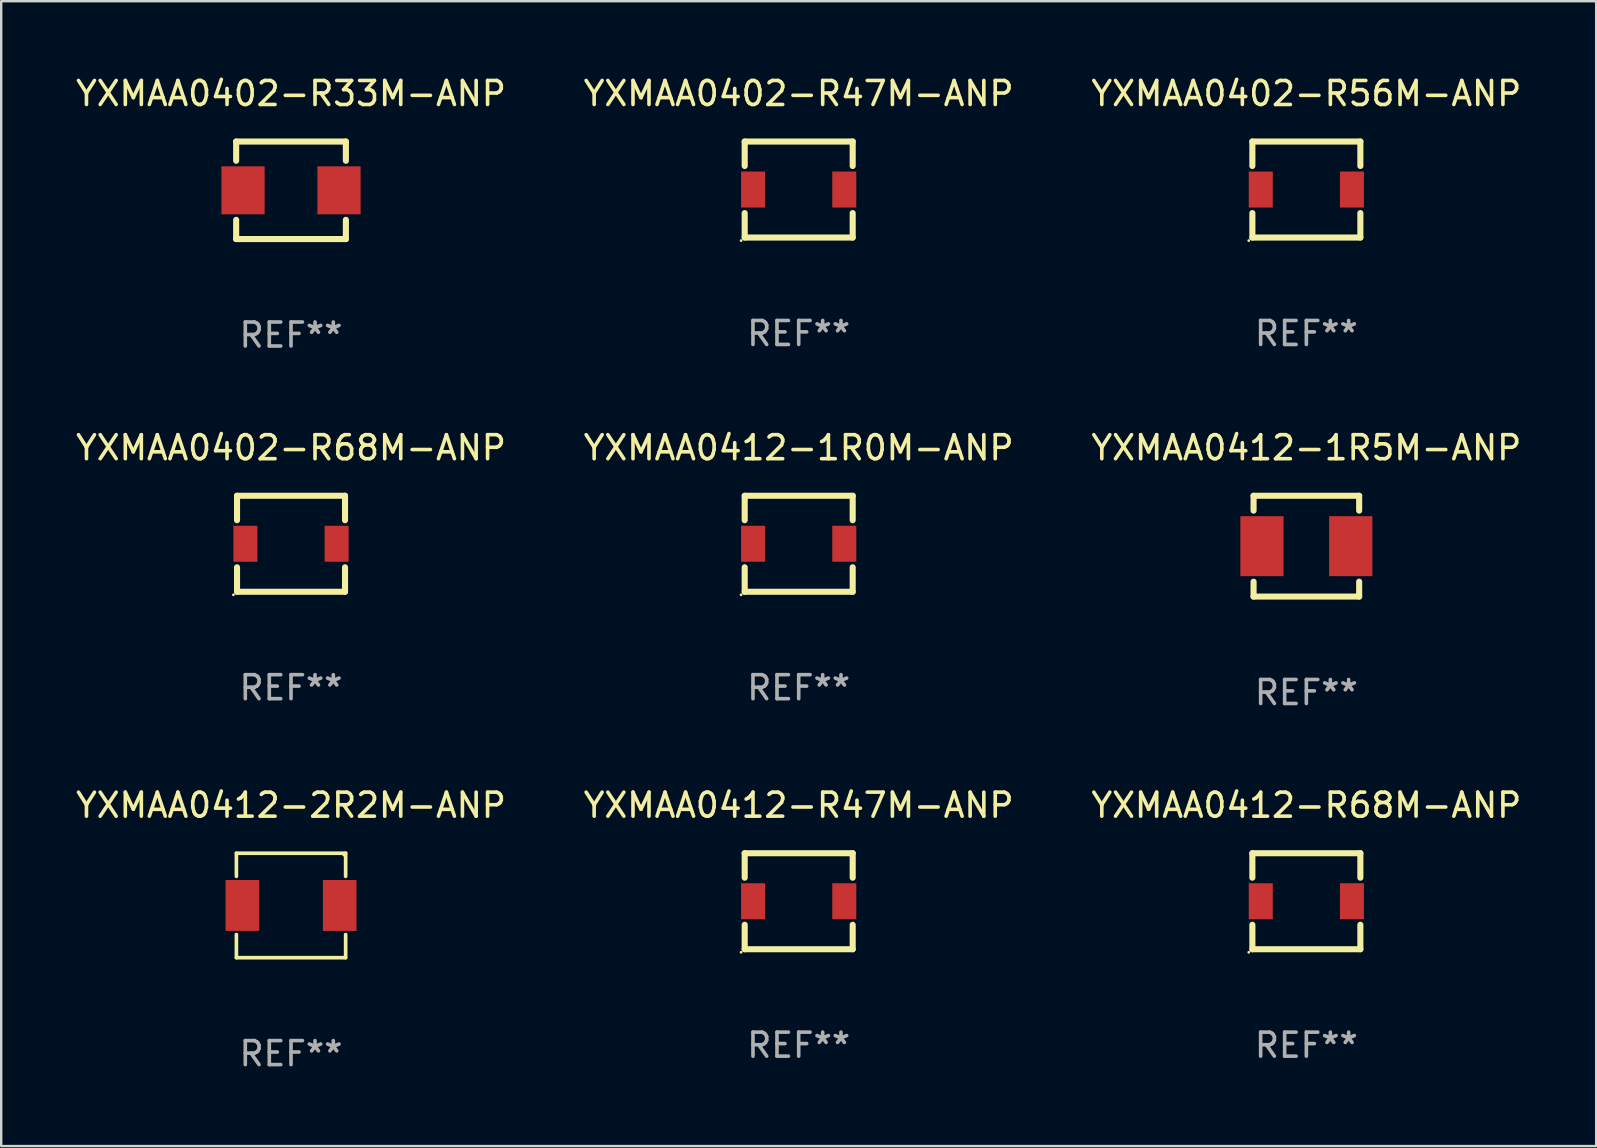
<source format=kicad_pcb>
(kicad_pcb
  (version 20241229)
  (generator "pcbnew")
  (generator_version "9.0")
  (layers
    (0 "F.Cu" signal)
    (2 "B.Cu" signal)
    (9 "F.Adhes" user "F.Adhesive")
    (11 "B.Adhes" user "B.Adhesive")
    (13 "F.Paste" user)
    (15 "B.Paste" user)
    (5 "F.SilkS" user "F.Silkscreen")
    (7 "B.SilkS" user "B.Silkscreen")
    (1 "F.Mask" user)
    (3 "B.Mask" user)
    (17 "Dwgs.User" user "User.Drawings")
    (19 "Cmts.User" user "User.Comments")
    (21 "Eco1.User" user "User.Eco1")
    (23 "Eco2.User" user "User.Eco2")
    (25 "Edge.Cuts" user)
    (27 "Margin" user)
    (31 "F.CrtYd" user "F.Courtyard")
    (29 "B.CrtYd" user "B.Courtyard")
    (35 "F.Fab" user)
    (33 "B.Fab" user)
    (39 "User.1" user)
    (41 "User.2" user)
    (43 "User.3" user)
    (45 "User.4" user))
  (footprint "YXMAA0412-1R0M-ANP"
    (layer "F.Cu")
    (at 30.232 19.609)
    (property "Reference" "YXMAA0412-1R0M-ANP" (at 0 -4 0) (layer "F.SilkS") (effects (font (size 1 1) (thickness 0.15))))
    (attr through_hole)
    (fp_line (start -2.25 -2) (end 2.25 -2) (stroke (width 0.254) (type solid)) (layer "F.SilkS"))
    (fp_line (start -2.25 -0.981) (end -2.25 -2) (stroke (width 0.254) (type solid)) (layer "F.SilkS"))
    (fp_line (start -2.25 2) (end -2.25 0.981) (stroke (width 0.254) (type solid)) (layer "F.SilkS"))
    (fp_line (start 2.25 -2) (end 2.25 -0.981) (stroke (width 0.254) (type solid)) (layer "F.SilkS"))
    (fp_line (start 2.25 0.981) (end 2.25 2) (stroke (width 0.254) (type solid)) (layer "F.SilkS"))
    (fp_line (start 2.25 2) (end -2.25 2) (stroke (width 0.254) (type solid)) (layer "F.SilkS"))
    (fp_circle (center -2.4 2.127) (end -2.37 2.127) (stroke (width 0.06) (type solid)) (fill no) (layer "F.SilkS"))
    (fp_text user "REF**" (at 0 6 0) (layer "F.Fab") (effects (font (size 1 1) (thickness 0.15))))
    (pad "1" smd rect (at -1.9 0) (size 1 1.5) (layers "F.Cu" "F.Mask" "F.Paste"))
    (pad "2" smd rect (at 1.9 0) (size 1 1.5) (layers "F.Cu" "F.Mask" "F.Paste")))
  (footprint "YXMAA0412-R47M-ANP"
    (layer "F.Cu")
    (at 30.232 34.505)
    (property "Reference" "YXMAA0412-R47M-ANP" (at 0 -4 0) (layer "F.SilkS") (effects (font (size 1 1) (thickness 0.15))))
    (attr through_hole)
    (fp_line (start -2.25 -2) (end 2.25 -2) (stroke (width 0.254) (type solid)) (layer "F.SilkS"))
    (fp_line (start -2.25 -0.981) (end -2.25 -2) (stroke (width 0.254) (type solid)) (layer "F.SilkS"))
    (fp_line (start -2.25 2) (end -2.25 0.981) (stroke (width 0.254) (type solid)) (layer "F.SilkS"))
    (fp_line (start 2.25 -2) (end 2.25 -0.981) (stroke (width 0.254) (type solid)) (layer "F.SilkS"))
    (fp_line (start 2.25 0.981) (end 2.25 2) (stroke (width 0.254) (type solid)) (layer "F.SilkS"))
    (fp_line (start 2.25 2) (end -2.25 2) (stroke (width 0.254) (type solid)) (layer "F.SilkS"))
    (fp_circle (center -2.4 2.127) (end -2.37 2.127) (stroke (width 0.06) (type solid)) (fill no) (layer "F.SilkS"))
    (fp_text user "REF**" (at 0 6 0) (layer "F.Fab") (effects (font (size 1 1) (thickness 0.15))))
    (pad "1" smd rect (at -1.9 0) (size 1 1.5) (layers "F.Cu" "F.Mask" "F.Paste"))
    (pad "2" smd rect (at 1.9 0) (size 1 1.5) (layers "F.Cu" "F.Mask" "F.Paste")))
  (footprint "YXMAA0402-R47M-ANP"
    (layer "F.Cu")
    (at 30.232 4.848)
    (property "Reference" "YXMAA0402-R47M-ANP" (at 0 -4 0) (layer "F.SilkS") (effects (font (size 1 1) (thickness 0.15))))
    (attr through_hole)
    (fp_line (start -2.25 -2) (end 2.25 -2) (stroke (width 0.254) (type solid)) (layer "F.SilkS"))
    (fp_line (start -2.25 -0.981) (end -2.25 -2) (stroke (width 0.254) (type solid)) (layer "F.SilkS"))
    (fp_line (start -2.25 2) (end -2.25 0.981) (stroke (width 0.254) (type solid)) (layer "F.SilkS"))
    (fp_line (start 2.25 -2) (end 2.25 -0.981) (stroke (width 0.254) (type solid)) (layer "F.SilkS"))
    (fp_line (start 2.25 0.981) (end 2.25 2) (stroke (width 0.254) (type solid)) (layer "F.SilkS"))
    (fp_line (start 2.25 2) (end -2.25 2) (stroke (width 0.254) (type solid)) (layer "F.SilkS"))
    (fp_circle (center -2.4 2.127) (end -2.37 2.127) (stroke (width 0.06) (type solid)) (fill no) (layer "F.SilkS"))
    (fp_text user "REF**" (at 0 6 0) (layer "F.Fab") (effects (font (size 1 1) (thickness 0.15))))
    (pad "1" smd rect (at -1.9 0) (size 1 1.5) (layers "F.Cu" "F.Mask" "F.Paste"))
    (pad "2" smd rect (at 1.9 0) (size 1 1.5) (layers "F.Cu" "F.Mask" "F.Paste")))
  (footprint "YXMAA0402-R68M-ANP"
    (layer "F.Cu")
    (at 9.077 19.609)
    (property "Reference" "YXMAA0402-R68M-ANP" (at 0 -4 0) (layer "F.SilkS") (effects (font (size 1 1) (thickness 0.15))))
    (attr through_hole)
    (fp_line (start -2.25 -2) (end 2.25 -2) (stroke (width 0.254) (type solid)) (layer "F.SilkS"))
    (fp_line (start -2.25 -0.981) (end -2.25 -2) (stroke (width 0.254) (type solid)) (layer "F.SilkS"))
    (fp_line (start -2.25 2) (end -2.25 0.981) (stroke (width 0.254) (type solid)) (layer "F.SilkS"))
    (fp_line (start 2.25 -2) (end 2.25 -0.981) (stroke (width 0.254) (type solid)) (layer "F.SilkS"))
    (fp_line (start 2.25 0.981) (end 2.25 2) (stroke (width 0.254) (type solid)) (layer "F.SilkS"))
    (fp_line (start 2.25 2) (end -2.25 2) (stroke (width 0.254) (type solid)) (layer "F.SilkS"))
    (fp_circle (center -2.4 2.127) (end -2.37 2.127) (stroke (width 0.06) (type solid)) (fill no) (layer "F.SilkS"))
    (fp_text user "REF**" (at 0 6 0) (layer "F.Fab") (effects (font (size 1 1) (thickness 0.15))))
    (pad "1" smd rect (at -1.9 0) (size 1 1.5) (layers "F.Cu" "F.Mask" "F.Paste"))
    (pad "2" smd rect (at 1.9 0) (size 1 1.5) (layers "F.Cu" "F.Mask" "F.Paste")))
  (footprint "YXMAA0412-1R5M-ANP"
    (layer "F.Cu")
    (at 51.387 19.709)
    (property "Reference" "YXMAA0412-1R5M-ANP" (at 0 -4.1 0) (layer "F.SilkS") (effects (font (size 1 1) (thickness 0.15))))
    (attr through_hole)
    (fp_line (start -2.2 -2.1) (end -2.2 -1.481) (stroke (width 0.254) (type solid)) (layer "F.SilkS"))
    (fp_line (start -2.2 -2.1) (end 2.2 -2.1) (stroke (width 0.254) (type solid)) (layer "F.SilkS"))
    (fp_line (start -2.2 1.481) (end -2.2 2.1) (stroke (width 0.254) (type solid)) (layer "F.SilkS"))
    (fp_line (start 2.2 -1.481) (end 2.2 -2.1) (stroke (width 0.254) (type solid)) (layer "F.SilkS"))
    (fp_line (start 2.2 2.1) (end -2.2 2.1) (stroke (width 0.254) (type solid)) (layer "F.SilkS"))
    (fp_line (start 2.2 2.1) (end 2.2 1.481) (stroke (width 0.254) (type solid)) (layer "F.SilkS"))
    (fp_circle (center -2.2 2.1) (end -2.17 2.1) (stroke (width 0.06) (type solid)) (fill no) (layer "F.SilkS"))
    (fp_text user "REF**" (at 0 6.1 0) (layer "F.Fab") (effects (font (size 1 1) (thickness 0.15))))
    (pad "1" smd rect (at -1.85 0) (size 1.8 2.5) (layers "F.Cu" "F.Mask" "F.Paste"))
    (pad "2" smd rect (at 1.85 0) (size 1.8 2.5) (layers "F.Cu" "F.Mask" "F.Paste")))
  (footprint "YXMAA0412-2R2M-ANP"
    (layer "F.Cu")
    (at 9.077 34.681)
    (property "Reference" "YXMAA0412-2R2M-ANP" (at 0 -4.176 0) (layer "F.SilkS") (effects (font (size 1 1) (thickness 0.15))))
    (attr through_hole)
    (fp_line (start -2.276 -2.176) (end 2.276 -2.176) (stroke (width 0.152) (type solid)) (layer "F.SilkS"))
    (fp_line (start -2.276 -1.212) (end -2.276 -2.176) (stroke (width 0.152) (type solid)) (layer "F.SilkS"))
    (fp_line (start -2.276 1.212) (end -2.276 2.176) (stroke (width 0.152) (type solid)) (layer "F.SilkS"))
    (fp_line (start -2.276 2.176) (end 2.276 2.176) (stroke (width 0.152) (type solid)) (layer "F.SilkS"))
    (fp_line (start 2.276 -2.176) (end 2.276 -1.212) (stroke (width 0.152) (type solid)) (layer "F.SilkS"))
    (fp_line (start 2.276 2.176) (end 2.276 1.212) (stroke (width 0.152) (type solid)) (layer "F.SilkS"))
    (fp_circle (center 2.2 -2.1) (end 2.23 -2.1) (stroke (width 0.06) (type solid)) (fill no) (layer "F.SilkS"))
    (fp_text user "REF**" (at 0 6.176 0) (layer "F.Fab") (effects (font (size 1 1) (thickness 0.15))))
    (pad "1" smd rect (at 2.028 0) (size 1.4 2.12) (layers "F.Cu" "F.Mask" "F.Paste"))
    (pad "2" smd rect (at -2.028 0) (size 1.4 2.12) (layers "F.Cu" "F.Mask" "F.Paste")))
  (footprint "YXMAA0412-R68M-ANP"
    (layer "F.Cu")
    (at 51.387 34.505)
    (property "Reference" "YXMAA0412-R68M-ANP" (at 0 -4 0) (layer "F.SilkS") (effects (font (size 1 1) (thickness 0.15))))
    (attr through_hole)
    (fp_line (start -2.25 -2) (end 2.25 -2) (stroke (width 0.254) (type solid)) (layer "F.SilkS"))
    (fp_line (start -2.25 -0.981) (end -2.25 -2) (stroke (width 0.254) (type solid)) (layer "F.SilkS"))
    (fp_line (start -2.25 2) (end -2.25 0.981) (stroke (width 0.254) (type solid)) (layer "F.SilkS"))
    (fp_line (start 2.25 -2) (end 2.25 -0.981) (stroke (width 0.254) (type solid)) (layer "F.SilkS"))
    (fp_line (start 2.25 0.981) (end 2.25 2) (stroke (width 0.254) (type solid)) (layer "F.SilkS"))
    (fp_line (start 2.25 2) (end -2.25 2) (stroke (width 0.254) (type solid)) (layer "F.SilkS"))
    (fp_circle (center -2.4 2.127) (end -2.37 2.127) (stroke (width 0.06) (type solid)) (fill no) (layer "F.SilkS"))
    (fp_text user "REF**" (at 0 6 0) (layer "F.Fab") (effects (font (size 1 1) (thickness 0.15))))
    (pad "1" smd rect (at -1.9 0) (size 1 1.5) (layers "F.Cu" "F.Mask" "F.Paste"))
    (pad "2" smd rect (at 1.9 0) (size 1 1.5) (layers "F.Cu" "F.Mask" "F.Paste")))
  (footprint "YXMAA0402-R33M-ANP"
    (layer "F.Cu")
    (at 9.077 4.88)
    (property "Reference" "YXMAA0402-R33M-ANP" (at 0 -4.032 0) (layer "F.SilkS") (effects (font (size 1 1) (thickness 0.15))))
    (attr through_hole)
    (fp_line (start -2.286 -2.032) (end 2.286 -2.032) (stroke (width 0.254) (type solid)) (layer "F.SilkS"))
    (fp_line (start -2.286 -1.231) (end -2.286 -2.032) (stroke (width 0.254) (type solid)) (layer "F.SilkS"))
    (fp_line (start -2.286 2.032) (end -2.286 1.231) (stroke (width 0.254) (type solid)) (layer "F.SilkS"))
    (fp_line (start 2.286 -2.032) (end 2.286 -1.231) (stroke (width 0.254) (type solid)) (layer "F.SilkS"))
    (fp_line (start 2.286 1.231) (end 2.286 2.032) (stroke (width 0.254) (type solid)) (layer "F.SilkS"))
    (fp_line (start 2.286 2.032) (end -2.286 2.032) (stroke (width 0.254) (type solid)) (layer "F.SilkS"))
    (fp_circle (center -2.25 2.05) (end -2.22 2.05) (stroke (width 0.06) (type solid)) (fill no) (layer "F.SilkS"))
    (fp_text user "REF**" (at 0 6.032 0) (layer "F.Fab") (effects (font (size 1 1) (thickness 0.15))))
    (pad "1" smd rect (at -2 0 90) (size 2 1.8) (layers "F.Cu" "F.Mask" "F.Paste"))
    (pad "2" smd rect (at 2 0 90) (size 2 1.8) (layers "F.Cu" "F.Mask" "F.Paste")))
  (footprint "YXMAA0402-R56M-ANP"
    (layer "F.Cu")
    (at 51.387 4.848)
    (property "Reference" "YXMAA0402-R56M-ANP" (at 0 -4 0) (layer "F.SilkS") (effects (font (size 1 1) (thickness 0.15))))
    (attr through_hole)
    (fp_line (start -2.25 -2) (end 2.25 -2) (stroke (width 0.254) (type solid)) (layer "F.SilkS"))
    (fp_line (start -2.25 -0.981) (end -2.25 -2) (stroke (width 0.254) (type solid)) (layer "F.SilkS"))
    (fp_line (start -2.25 2) (end -2.25 0.981) (stroke (width 0.254) (type solid)) (layer "F.SilkS"))
    (fp_line (start 2.25 -2) (end 2.25 -0.981) (stroke (width 0.254) (type solid)) (layer "F.SilkS"))
    (fp_line (start 2.25 0.981) (end 2.25 2) (stroke (width 0.254) (type solid)) (layer "F.SilkS"))
    (fp_line (start 2.25 2) (end -2.25 2) (stroke (width 0.254) (type solid)) (layer "F.SilkS"))
    (fp_circle (center -2.4 2.127) (end -2.37 2.127) (stroke (width 0.06) (type solid)) (fill no) (layer "F.SilkS"))
    (fp_text user "REF**" (at 0 6 0) (layer "F.Fab") (effects (font (size 1 1) (thickness 0.15))))
    (pad "1" smd rect (at -1.9 0) (size 1 1.5) (layers "F.Cu" "F.Mask" "F.Paste"))
    (pad "2" smd rect (at 1.9 0) (size 1 1.5) (layers "F.Cu" "F.Mask" "F.Paste")))
  (gr_rect
    (start -3 -3)
    (end 63.464 44.706)
    (stroke (width 0.1) (type default))
    (fill no)
    (layer "Edge.Cuts")))
</source>
